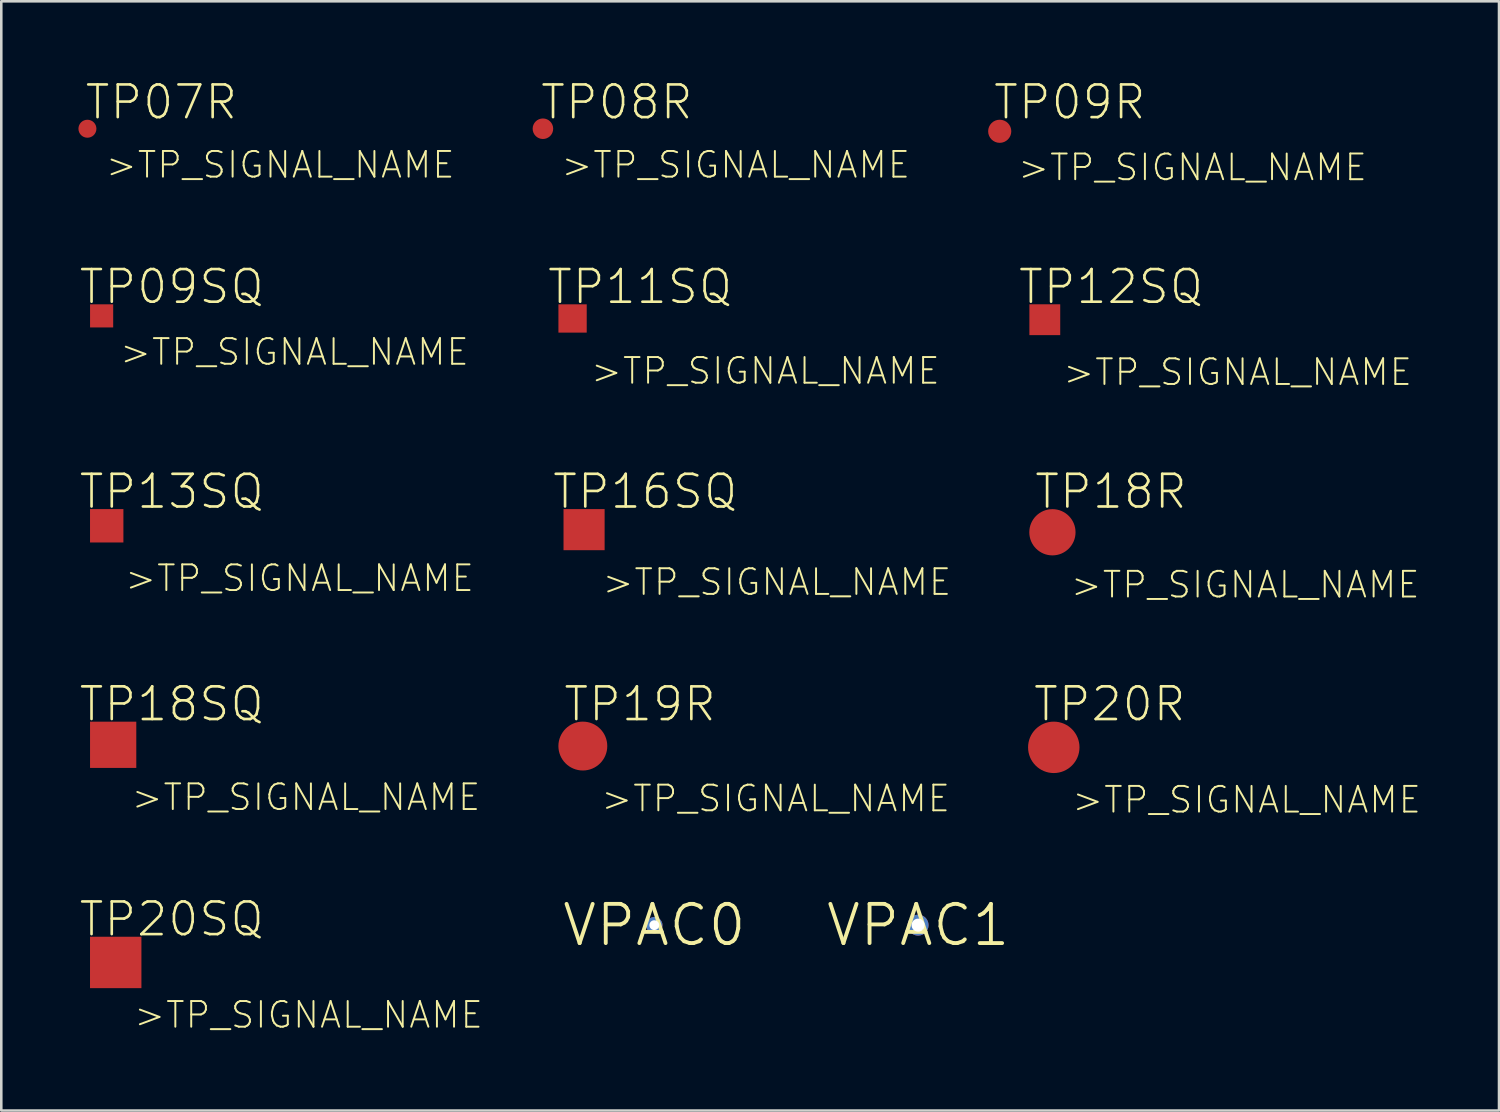
<source format=kicad_pcb>
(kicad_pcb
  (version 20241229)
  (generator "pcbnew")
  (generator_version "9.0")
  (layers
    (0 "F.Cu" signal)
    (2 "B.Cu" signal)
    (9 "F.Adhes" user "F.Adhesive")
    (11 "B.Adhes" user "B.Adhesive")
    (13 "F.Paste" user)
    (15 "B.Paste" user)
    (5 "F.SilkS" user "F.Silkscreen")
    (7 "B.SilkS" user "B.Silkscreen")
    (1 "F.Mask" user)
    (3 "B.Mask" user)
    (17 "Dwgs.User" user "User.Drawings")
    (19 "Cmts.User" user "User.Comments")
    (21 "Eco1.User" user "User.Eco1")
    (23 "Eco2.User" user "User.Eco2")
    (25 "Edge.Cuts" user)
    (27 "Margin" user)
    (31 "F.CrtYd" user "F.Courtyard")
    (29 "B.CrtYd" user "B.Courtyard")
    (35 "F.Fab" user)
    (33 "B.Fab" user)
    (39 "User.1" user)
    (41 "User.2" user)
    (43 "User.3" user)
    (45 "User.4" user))
  (footprint "TP16SQ"
    (layer "F.Cu")
    (at 19.658 17.542)
    (property "Reference" "TP16SQ" (at 2.375 -1.483 0) (layer "F.SilkS") (effects (font (size 1.27 1.27) (thickness 0.102))))
    (attr smd)
    (fp_text user ">TP_SIGNAL_NAME" (at 7.498 2.04 0) (layer "F.SilkS") (effects (font (size 0.998 0.998) (thickness 0.076))))
    (pad "TP" smd rect (at 0 0) (size 1.598 1.598) (layers "F.Cu" "F.Mask" "F.Paste")))
  (footprint "TP20SQ"
    (layer "F.Cu")
    (at 1.449 34.369)
    (property "Reference" "TP20SQ" (at 2.174 -1.684 0) (layer "F.SilkS") (effects (font (size 1.27 1.27) (thickness 0.102))))
    (attr smd)
    (fp_text user ">TP_SIGNAL_NAME" (at 7.498 2.04 0) (layer "F.SilkS") (effects (font (size 0.998 0.998) (thickness 0.076))))
    (pad "TP" smd rect (at 0 0) (size 1.999 1.999) (layers "F.Cu" "F.Mask" "F.Paste")))
  (footprint "TP18SQ"
    (layer "F.Cu")
    (at 1.35 25.907)
    (property "Reference" "TP18SQ" (at 2.273 -1.585 0) (layer "F.SilkS") (effects (font (size 1.27 1.27) (thickness 0.102))))
    (attr smd)
    (fp_text user ">TP_SIGNAL_NAME" (at 7.498 2.04 0) (layer "F.SilkS") (effects (font (size 0.998 0.998) (thickness 0.076))))
    (pad "TP" smd rect (at 0 0) (size 1.798 1.798) (layers "F.Cu" "F.Mask" "F.Paste")))
  (footprint "TP11SQ"
    (layer "F.Cu")
    (at 19.211 9.332)
    (property "Reference" "TP11SQ" (at 2.624 -1.234 0) (layer "F.SilkS") (effects (font (size 1.27 1.27) (thickness 0.102))))
    (attr smd)
    (fp_text user ">TP_SIGNAL_NAME" (at 7.498 2.04 0) (layer "F.SilkS") (effects (font (size 0.998 0.998) (thickness 0.076))))
    (pad "TP" smd rect (at 0 0) (size 1.1 1.1) (layers "F.Cu" "F.Mask" "F.Paste")))
  (footprint "TP09SQ"
    (layer "F.Cu")
    (at 0.901 9.231)
    (property "Reference" "TP09SQ" (at 2.723 -1.133 0) (layer "F.SilkS") (effects (font (size 1.27 1.27) (thickness 0.102))))
    (attr smd)
    (fp_text user ">TP_SIGNAL_NAME" (at 7.498 1.405 0) (layer "F.SilkS") (effects (font (size 0.998 0.998) (thickness 0.076))))
    (pad "TP" smd rect (at 0 0) (size 0.899 0.899) (layers "F.Cu" "F.Mask" "F.Paste")))
  (footprint "TP13SQ"
    (layer "F.Cu")
    (at 1.099 17.392)
    (property "Reference" "TP13SQ" (at 2.525 -1.333 0) (layer "F.SilkS") (effects (font (size 1.27 1.27) (thickness 0.102))))
    (attr smd)
    (fp_text user ">TP_SIGNAL_NAME" (at 7.498 2.04 0) (layer "F.SilkS") (effects (font (size 0.998 0.998) (thickness 0.076))))
    (pad "TP" smd rect (at 0 0) (size 1.298 1.298) (layers "F.Cu" "F.Mask" "F.Paste")))
  (footprint "TP19R"
    (layer "F.Cu")
    (at 19.61 25.956)
    (property "Reference" "TP19R" (at 2.223 -1.633 0) (layer "F.SilkS") (effects (font (size 1.27 1.27) (thickness 0.102))))
    (attr smd)
    (fp_text user ">TP_SIGNAL_NAME" (at 7.498 2.04 0) (layer "F.SilkS") (effects (font (size 0.998 0.998) (thickness 0.076))))
    (pad "TP" smd circle (at 0 0) (size 1.9 1.9) (layers "F.Cu" "F.Mask" "F.Paste")))
  (footprint "TP12SQ"
    (layer "F.Cu")
    (at 37.571 9.38)
    (property "Reference" "TP12SQ" (at 2.573 -1.283 0) (layer "F.SilkS") (effects (font (size 1.27 1.27) (thickness 0.102))))
    (attr smd)
    (fp_text user ">TP_SIGNAL_NAME" (at 7.498 2.04 0) (layer "F.SilkS") (effects (font (size 0.998 0.998) (thickness 0.076))))
    (pad "TP" smd rect (at 0 0) (size 1.199 1.199) (layers "F.Cu" "F.Mask" "F.Paste")))
  (footprint "TP09R"
    (layer "F.Cu")
    (at 35.818 2.054)
    (property "Reference" "TP09R" (at 2.723 -1.133 0) (layer "F.SilkS") (effects (font (size 1.27 1.27) (thickness 0.102))))
    (attr smd)
    (fp_text user ">TP_SIGNAL_NAME" (at 7.498 1.405 0) (layer "F.SilkS") (effects (font (size 0.998 0.998) (thickness 0.076))))
    (pad "TP" smd circle (at 0 0) (size 0.899 0.899) (layers "F.Cu" "F.Mask" "F.Paste")))
  (footprint "TP18R"
    (layer "F.Cu")
    (at 37.867 17.644)
    (property "Reference" "TP18R" (at 2.273 -1.585 0) (layer "F.SilkS") (effects (font (size 1.27 1.27) (thickness 0.102))))
    (attr smd)
    (fp_text user ">TP_SIGNAL_NAME" (at 7.498 2.04 0) (layer "F.SilkS") (effects (font (size 0.998 0.998) (thickness 0.076))))
    (pad "TP" smd circle (at 0 0) (size 1.798 1.798) (layers "F.Cu" "F.Mask" "F.Paste")))
  (footprint "TP07R"
    (layer "F.Cu")
    (at 0.349 1.955)
    (property "Reference" "TP07R" (at 2.873 -1.034 0) (layer "F.SilkS") (effects (font (size 1.27 1.27) (thickness 0.102))))
    (attr smd)
    (fp_text user ">TP_SIGNAL_NAME" (at 7.498 1.405 0) (layer "F.SilkS") (effects (font (size 0.998 0.998) (thickness 0.076))))
    (pad "TP" smd circle (at 0 0) (size 0.699 0.699) (layers "F.Cu" "F.Mask" "F.Paste")))
  (footprint "VPAC0"
    (layer "F.Cu")
    (at 22.388 32.919)
    (property "Reference" "VPAC0" (at 0 0 0) (layer "F.SilkS") (effects (font (size 1.524 1.524) (thickness 0.15))))
    (attr exclude_from_pos_files exclude_from_bom)
    (pad "VP" thru_hole circle (at 0 0) (size 0.635 0.635) (drill 0.381) (layers "*.Cu" "*.Paste" "*.Mask")))
  (footprint "VPAC1"
    (layer "F.Cu")
    (at 32.645 32.919)
    (property "Reference" "VPAC1" (at 0 0 0) (layer "F.SilkS") (effects (font (size 1.524 1.524) (thickness 0.15))))
    (attr exclude_from_pos_files exclude_from_bom)
    (pad "VP" thru_hole circle (at 0 0) (size 0.813 0.813) (drill 0.508) (layers "*.Cu" "*.Paste" "*.Mask")))
  (footprint "TP20R"
    (layer "F.Cu")
    (at 37.92 26.006)
    (property "Reference" "TP20R" (at 2.174 -1.684 0) (layer "F.SilkS") (effects (font (size 1.27 1.27) (thickness 0.102))))
    (attr smd)
    (fp_text user ">TP_SIGNAL_NAME" (at 7.498 2.04 0) (layer "F.SilkS") (effects (font (size 0.998 0.998) (thickness 0.076))))
    (pad "TP" smd circle (at 0 0) (size 1.999 1.999) (layers "F.Cu" "F.Mask" "F.Paste")))
  (footprint "TP08R"
    (layer "F.Cu")
    (at 18.058 1.955)
    (property "Reference" "TP08R" (at 2.873 -1.034 0) (layer "F.SilkS") (effects (font (size 1.27 1.27) (thickness 0.102))))
    (attr smd)
    (fp_text user ">TP_SIGNAL_NAME" (at 7.498 1.405 0) (layer "F.SilkS") (effects (font (size 0.998 0.998) (thickness 0.076))))
    (pad "TP" smd circle (at 0 0) (size 0.798 0.798) (layers "F.Cu" "F.Mask" "F.Paste")))
  (gr_rect
    (start -3 -3)
    (end 55.23 40.126)
    (stroke (width 0.1) (type default))
    (fill no)
    (layer "Edge.Cuts")))
</source>
